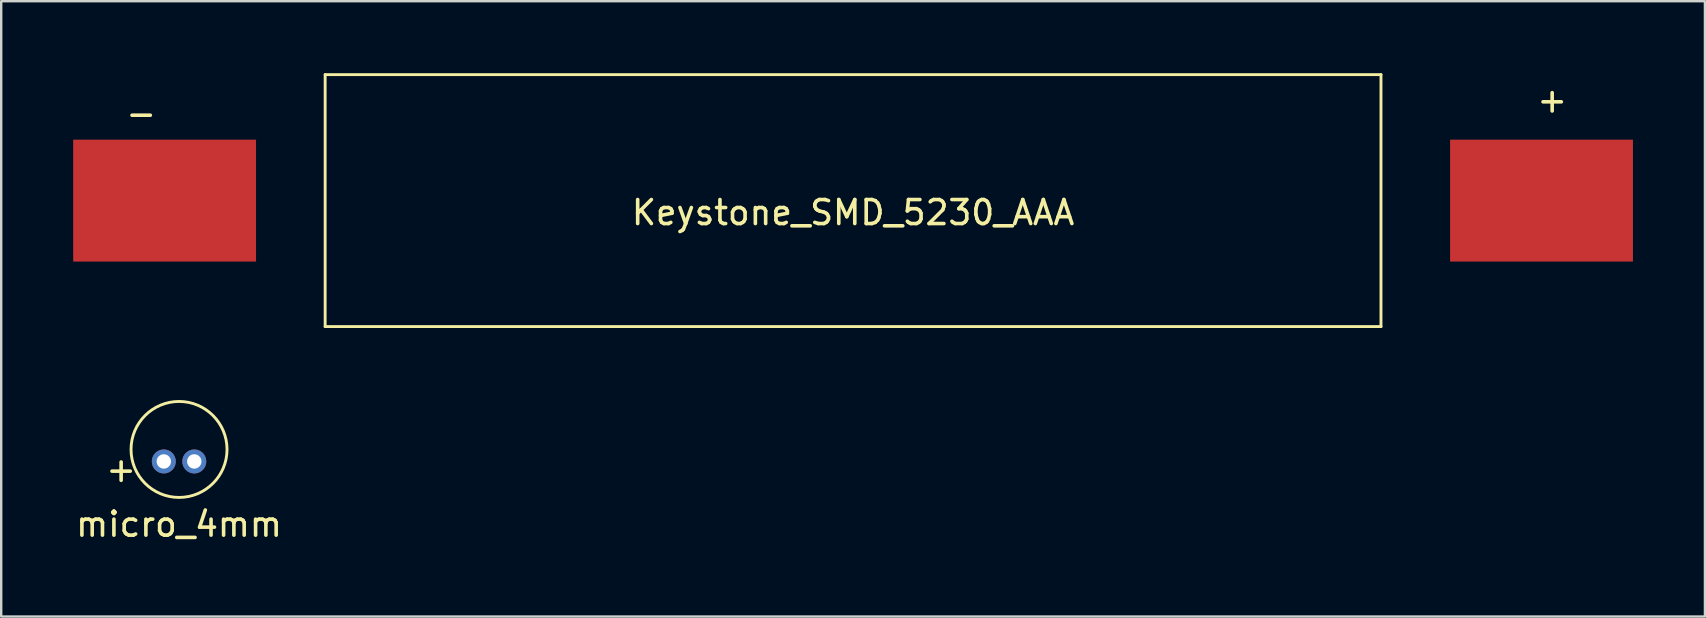
<source format=kicad_pcb>
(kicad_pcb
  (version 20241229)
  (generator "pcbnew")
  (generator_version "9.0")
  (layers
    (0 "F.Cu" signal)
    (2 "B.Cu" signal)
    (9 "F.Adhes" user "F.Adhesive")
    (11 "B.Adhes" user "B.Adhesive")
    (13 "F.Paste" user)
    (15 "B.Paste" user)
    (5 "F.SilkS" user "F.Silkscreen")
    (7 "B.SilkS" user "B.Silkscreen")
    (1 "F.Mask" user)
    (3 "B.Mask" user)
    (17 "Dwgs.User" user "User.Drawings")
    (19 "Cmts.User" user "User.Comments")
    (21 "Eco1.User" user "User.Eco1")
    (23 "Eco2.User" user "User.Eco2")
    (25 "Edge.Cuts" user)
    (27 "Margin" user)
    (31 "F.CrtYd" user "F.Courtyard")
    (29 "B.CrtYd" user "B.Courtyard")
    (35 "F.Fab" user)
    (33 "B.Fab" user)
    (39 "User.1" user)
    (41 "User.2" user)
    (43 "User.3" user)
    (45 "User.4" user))
  (footprint "Keystone_SMD_5230_AAA"
    (layer "F.Cu")
    (at 32.5 5.31)
    (property "Reference" "Keystone_SMD_5230_AAA" (at 0 0.5 0) (layer "F.SilkS") (effects (font (size 1 1) (thickness 0.15))))
    (attr through_hole)
    (fp_line (start -22 -5.25) (end 22 -5.25) (stroke (width 0.12) (type solid)) (layer "F.SilkS"))
    (fp_line (start -22 5.25) (end -22 -5.25) (stroke (width 0.12) (type solid)) (layer "F.SilkS"))
    (fp_line (start 22 -5.25) (end 22 5.25) (stroke (width 0.12) (type solid)) (layer "F.SilkS"))
    (fp_line (start 22 5.25) (end -22 5.25) (stroke (width 0.12) (type solid)) (layer "F.SilkS"))
    (fp_text user "-" (at -29.667 -3.632 0) (layer "F.SilkS") (effects (font (size 1 1) (thickness 0.15))))
    (fp_text user "+" (at 29.134 -4.191 0) (layer "F.SilkS") (effects (font (size 1 1) (thickness 0.15))))
    (pad "1" smd rect (at 28.69 0) (size 7.62 5.08) (layers "F.Cu" "F.Mask" "F.Paste"))
    (pad "2" smd rect (at -28.69 0) (size 7.62 5.08) (layers "F.Cu" "F.Mask" "F.Paste")))
  (footprint "micro_4mm"
    (layer "F.Cu")
    (at 4.411 16.18)
    (property "Reference" "micro_4mm" (at 0 2.616 0) (layer "F.SilkS") (effects (font (size 1 1) (thickness 0.15))))
    (attr through_hole)
    (fp_circle (center 0 -0.5) (end 2 -0.5) (stroke (width 0.12) (type solid)) (fill no) (layer "F.SilkS"))
    (fp_text user "+" (at -2.413 0.33 0) (layer "F.SilkS") (effects (font (size 1 1) (thickness 0.15))))
    (pad "1" thru_hole circle (at 0.635 0) (size 1 1) (drill 0.6) (layers "*.Cu" "*.Mask"))
    (pad "2" thru_hole circle (at -0.635 0) (size 1 1) (drill 0.6) (layers "*.Cu" "*.Mask")))
  (gr_rect
    (start -3 -3)
    (end 68 22.644)
    (stroke (width 0.1) (type default))
    (fill no)
    (layer "Edge.Cuts")))
</source>
